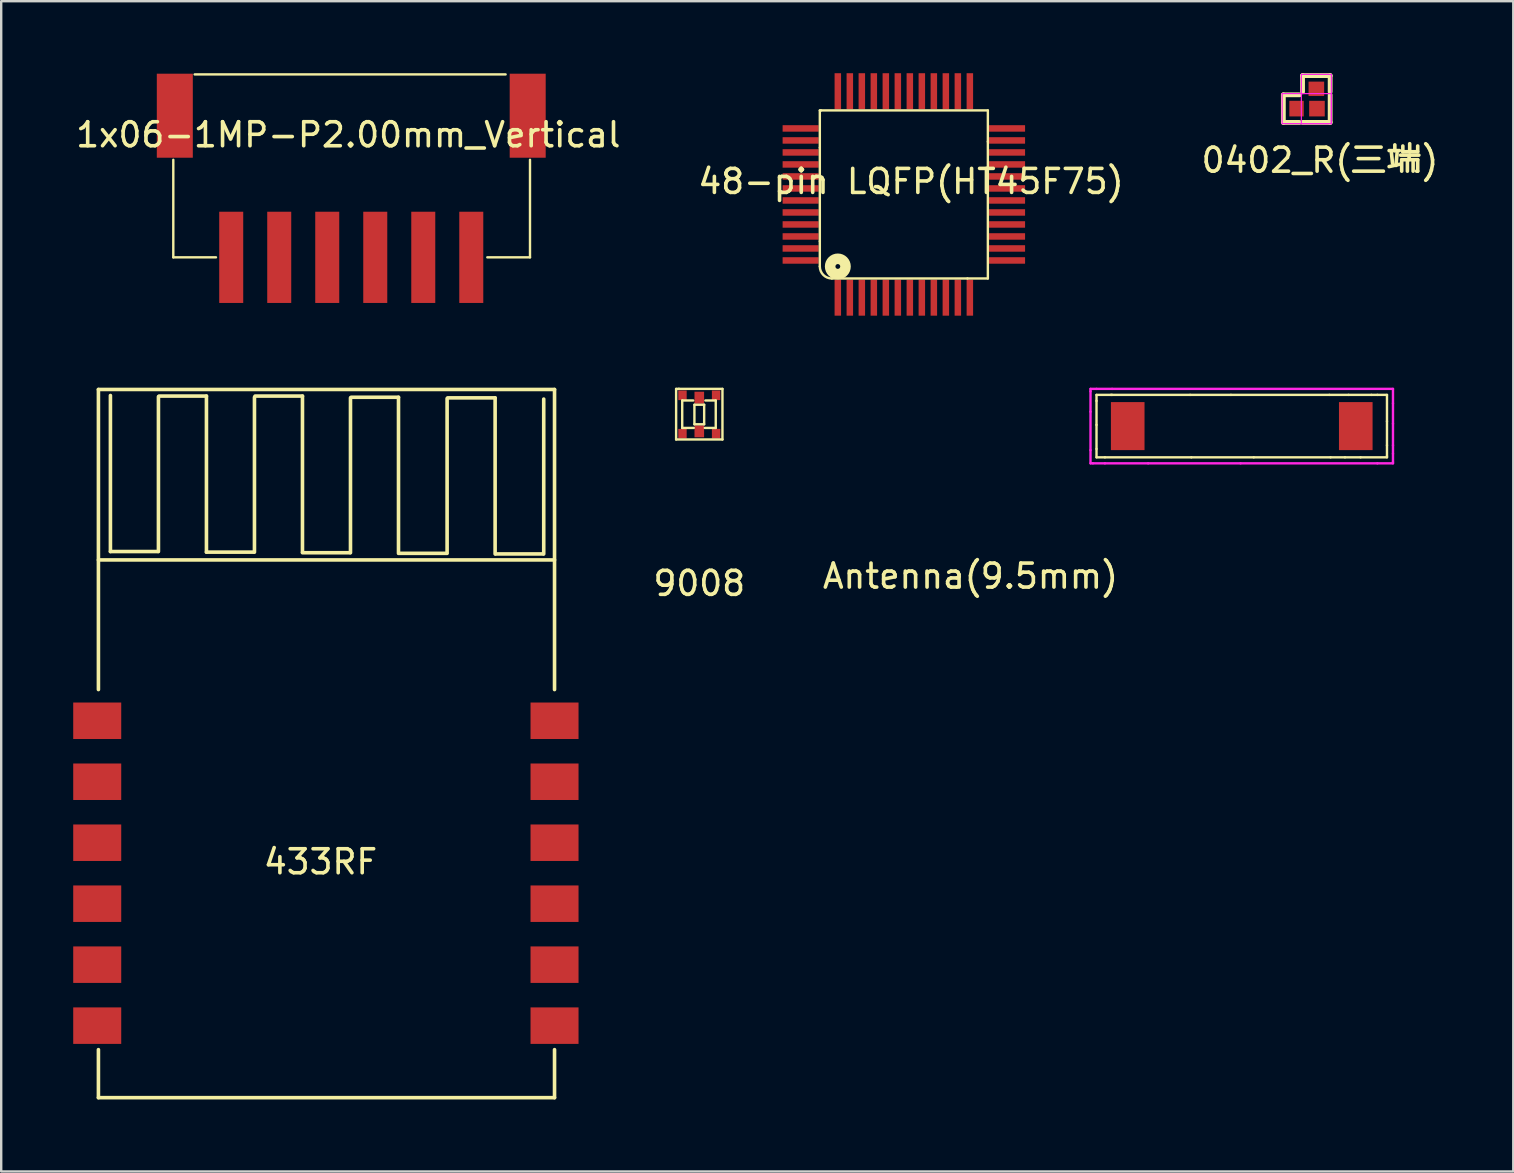
<source format=kicad_pcb>
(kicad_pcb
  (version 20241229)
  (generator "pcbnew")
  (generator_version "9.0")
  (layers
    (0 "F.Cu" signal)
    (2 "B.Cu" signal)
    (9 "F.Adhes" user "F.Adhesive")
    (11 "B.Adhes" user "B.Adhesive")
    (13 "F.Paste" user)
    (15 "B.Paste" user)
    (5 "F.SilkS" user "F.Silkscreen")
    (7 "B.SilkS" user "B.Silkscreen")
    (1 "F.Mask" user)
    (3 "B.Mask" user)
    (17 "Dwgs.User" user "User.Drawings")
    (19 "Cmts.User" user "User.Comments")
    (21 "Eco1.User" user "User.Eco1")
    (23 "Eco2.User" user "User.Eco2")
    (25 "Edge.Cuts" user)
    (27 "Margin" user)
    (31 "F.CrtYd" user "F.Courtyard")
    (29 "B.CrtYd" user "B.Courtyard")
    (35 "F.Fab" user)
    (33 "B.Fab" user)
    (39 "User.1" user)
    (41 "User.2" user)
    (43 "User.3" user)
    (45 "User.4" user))
  (footprint "9008"
    (layer "F.Cu")
    (at 26.08 14.217)
    (property "Reference" "9008" (at 0 7.036 0) (layer "F.SilkS") (effects (font (size 1 1) (thickness 0.15))))
    (attr through_hole)
    (fp_line (start -0.965 -1.067) (end -0.838 -1.067) (stroke (width 0.1) (type solid)) (layer "F.SilkS"))
    (fp_line (start -0.965 -1.041) (end -0.965 -1.067) (stroke (width 0.1) (type solid)) (layer "F.SilkS"))
    (fp_line (start -0.965 1.041) (end -0.965 -1.041) (stroke (width 0.1) (type solid)) (layer "F.SilkS"))
    (fp_line (start -0.864 -1.067) (end 0.965 -1.067) (stroke (width 0.1) (type solid)) (layer "F.SilkS"))
    (fp_line (start -0.711 -0.584) (end -0.711 0.559) (stroke (width 0.1) (type solid)) (layer "F.SilkS"))
    (fp_line (start -0.711 -0.584) (end -0.254 -0.584) (stroke (width 0.1) (type solid)) (layer "F.SilkS"))
    (fp_line (start -0.711 0.559) (end -0.229 0.559) (stroke (width 0.1) (type solid)) (layer "F.SilkS"))
    (fp_line (start -0.203 -0.406) (end 0.203 -0.406) (stroke (width 0.1) (type solid)) (layer "F.SilkS"))
    (fp_line (start -0.203 0.406) (end -0.203 -0.406) (stroke (width 0.1) (type solid)) (layer "F.SilkS"))
    (fp_line (start 0.203 -0.406) (end 0.203 0.406) (stroke (width 0.1) (type solid)) (layer "F.SilkS"))
    (fp_line (start 0.203 0.406) (end -0.203 0.406) (stroke (width 0.1) (type solid)) (layer "F.SilkS"))
    (fp_line (start 0.229 0.559) (end 0.686 0.559) (stroke (width 0.1) (type solid)) (layer "F.SilkS"))
    (fp_line (start 0.686 -0.584) (end 0.254 -0.584) (stroke (width 0.1) (type solid)) (layer "F.SilkS"))
    (fp_line (start 0.686 0.559) (end 0.686 -0.584) (stroke (width 0.1) (type solid)) (layer "F.SilkS"))
    (fp_line (start 0.965 -1.067) (end 0.965 1.041) (stroke (width 0.1) (type solid)) (layer "F.SilkS"))
    (fp_line (start 0.965 1.041) (end -0.965 1.041) (stroke (width 0.1) (type solid)) (layer "F.SilkS"))
    (pad "1" smd rect (at 0.7 -0.8 180) (size 0.35 0.4) (layers "F.Cu" "F.Mask" "F.Paste"))
    (pad "2" smd rect (at 0 -0.7 90) (size 0.5 0.4) (layers "F.Cu" "F.Mask" "F.Paste"))
    (pad "3" smd rect (at -0.7 -0.8 180) (size 0.35 0.4) (layers "F.Cu" "F.Mask" "F.Paste"))
    (pad "4" smd rect (at -0.7 0.8 180) (size 0.35 0.4) (layers "F.Cu" "F.Mask" "F.Paste"))
    (pad "5" smd rect (at 0 0.7 90) (size 0.5 0.4) (layers "F.Cu" "F.Mask" "F.Paste"))
    (pad "6" smd rect (at 0.7 0.8 180) (size 0.35 0.4) (layers "F.Cu" "F.Mask" "F.Paste")))
  (footprint "Antenna(9.5mm)"
    (layer "F.Cu")
    (at 48.677 14.7)
    (property "Reference" "Antenna(9.5mm)" (at -11.3 6.25 0) (layer "F.SilkS") (effects (font (size 1 1) (thickness 0.15))))
    (attr through_hole)
    (fp_line (start -6.05 -1.3) (end -5.4 -1.3) (stroke (width 0.1) (type solid)) (layer "F.SilkS"))
    (fp_line (start -6.05 -1.05) (end -6.05 -1.3) (stroke (width 0.1) (type solid)) (layer "F.SilkS"))
    (fp_line (start -6.05 -0.05) (end -6.05 -1.05) (stroke (width 0.1) (type solid)) (layer "F.SilkS"))
    (fp_line (start -6.05 0.95) (end -6.05 -0.05) (stroke (width 0.1) (type solid)) (layer "F.SilkS"))
    (fp_line (start -6.05 1.3) (end -6.05 0.95) (stroke (width 0.1) (type solid)) (layer "F.SilkS"))
    (fp_line (start -5.7 1.3) (end -6.05 1.3) (stroke (width 0.1) (type solid)) (layer "F.SilkS"))
    (fp_line (start -5.45 -1.3) (end -2.15 -1.3) (stroke (width 0.1) (type solid)) (layer "F.SilkS"))
    (fp_line (start -2.15 -1.3) (end -0.45 -1.3) (stroke (width 0.1) (type solid)) (layer "F.SilkS"))
    (fp_line (start -2.1 1.3) (end -5.7 1.3) (stroke (width 0.1) (type solid)) (layer "F.SilkS"))
    (fp_line (start -0.45 -1.3) (end 3.65 -1.3) (stroke (width 0.1) (type solid)) (layer "F.SilkS"))
    (fp_line (start 0.5 1.3) (end -2.1 1.3) (stroke (width 0.1) (type solid)) (layer "F.SilkS"))
    (fp_line (start 3.65 -1.3) (end 4.45 -1.3) (stroke (width 0.1) (type solid)) (layer "F.SilkS"))
    (fp_line (start 3.7 1.3) (end 0.5 1.3) (stroke (width 0.1) (type solid)) (layer "F.SilkS"))
    (fp_line (start 4.3 1.3) (end 3.7 1.3) (stroke (width 0.1) (type solid)) (layer "F.SilkS"))
    (fp_line (start 4.45 -1.3) (end 5.4 -1.3) (stroke (width 0.1) (type solid)) (layer "F.SilkS"))
    (fp_line (start 4.95 1.3) (end 4.3 1.3) (stroke (width 0.1) (type solid)) (layer "F.SilkS"))
    (fp_line (start 5.4 -1.3) (end 5.65 -1.3) (stroke (width 0.1) (type solid)) (layer "F.SilkS"))
    (fp_line (start 5.65 -1.3) (end 6.05 -1.3) (stroke (width 0.1) (type solid)) (layer "F.SilkS"))
    (fp_line (start 6.05 -1.3) (end 6.05 -0.2) (stroke (width 0.1) (type solid)) (layer "F.SilkS"))
    (fp_line (start 6.05 -0.2) (end 6.05 0.8) (stroke (width 0.1) (type solid)) (layer "F.SilkS"))
    (fp_line (start 6.05 0.8) (end 6.05 1.25) (stroke (width 0.1) (type solid)) (layer "F.SilkS"))
    (fp_line (start 6.05 1.25) (end 6.05 1.3) (stroke (width 0.1) (type solid)) (layer "F.SilkS"))
    (fp_line (start 6.05 1.3) (end 4.95 1.3) (stroke (width 0.1) (type solid)) (layer "F.SilkS"))
    (fp_line (start -6.3 -1.55) (end -6.05 -1.55) (stroke (width 0.1) (type solid)) (layer "F.CrtYd"))
    (fp_line (start -6.3 -1.45) (end -6.3 -1.55) (stroke (width 0.1) (type solid)) (layer "F.CrtYd"))
    (fp_line (start -6.3 -0.6) (end -6.3 -1.45) (stroke (width 0.1) (type solid)) (layer "F.CrtYd"))
    (fp_line (start -6.3 1) (end -6.3 -0.6) (stroke (width 0.1) (type solid)) (layer "F.CrtYd"))
    (fp_line (start -6.3 1.55) (end -6.3 1) (stroke (width 0.1) (type solid)) (layer "F.CrtYd"))
    (fp_line (start -6.2 1.55) (end -6.3 1.55) (stroke (width 0.1) (type solid)) (layer "F.CrtYd"))
    (fp_line (start -6.05 -1.55) (end -5.4 -1.55) (stroke (width 0.1) (type solid)) (layer "F.CrtYd"))
    (fp_line (start -5.7 1.55) (end -6.2 1.55) (stroke (width 0.1) (type solid)) (layer "F.CrtYd"))
    (fp_line (start -5.4 -1.55) (end 6.3 -1.55) (stroke (width 0.1) (type solid)) (layer "F.CrtYd"))
    (fp_line (start -3.9 1.55) (end -5.7 1.55) (stroke (width 0.1) (type solid)) (layer "F.CrtYd"))
    (fp_line (start -0.05 1.55) (end -3.9 1.55) (stroke (width 0.1) (type solid)) (layer "F.CrtYd"))
    (fp_line (start 5.65 1.55) (end -0.05 1.55) (stroke (width 0.1) (type solid)) (layer "F.CrtYd"))
    (fp_line (start 6.3 -1.55) (end 6.3 -0.95) (stroke (width 0.1) (type solid)) (layer "F.CrtYd"))
    (fp_line (start 6.3 -0.95) (end 6.3 -0.1) (stroke (width 0.1) (type solid)) (layer "F.CrtYd"))
    (fp_line (start 6.3 -0.1) (end 6.3 0.8) (stroke (width 0.1) (type solid)) (layer "F.CrtYd"))
    (fp_line (start 6.3 0.8) (end 6.3 1.15) (stroke (width 0.1) (type solid)) (layer "F.CrtYd"))
    (fp_line (start 6.3 1.15) (end 6.3 1.5) (stroke (width 0.1) (type solid)) (layer "F.CrtYd"))
    (fp_line (start 6.3 1.5) (end 6.3 1.55) (stroke (width 0.1) (type solid)) (layer "F.CrtYd"))
    (fp_line (start 6.3 1.55) (end 5.65 1.55) (stroke (width 0.1) (type solid)) (layer "F.CrtYd"))
    (pad "1" smd rect (at -4.75 0 90) (size 2 1.4) (layers "F.Cu" "F.Mask" "F.Paste"))
    (pad "2" smd rect (at 4.75 0 90) (size 2 1.4) (layers "F.Cu" "F.Mask" "F.Paste")))
  (footprint "1x06-1MP-P2.00mm_Vertical"
    (layer "F.Cu")
    (at 6.582 7.67)
    (property "Reference" "1x06-1MP-P2.00mm_Vertical" (at 4.877 -5.105 0) (layer "F.SilkS") (effects (font (size 1 1) (thickness 0.15))))
    (attr through_hole)
    (fp_line (start -2.413 -4.064) (end -2.413 0) (stroke (width 0.1) (type solid)) (layer "F.SilkS"))
    (fp_line (start -2.413 0) (end -0.635 0) (stroke (width 0.1) (type solid)) (layer "F.SilkS"))
    (fp_line (start -1.524 -7.62) (end 11.43 -7.62) (stroke (width 0.1) (type solid)) (layer "F.SilkS"))
    (fp_line (start 12.446 -4.064) (end 12.446 0) (stroke (width 0.1) (type solid)) (layer "F.SilkS"))
    (fp_line (start 12.446 0) (end 10.668 0) (stroke (width 0.1) (type solid)) (layer "F.SilkS"))
    (pad "" smd rect (at -2.35 -5.9) (size 1.5 3.5) (layers "F.Cu" "F.Mask" "F.Paste"))
    (pad "" smd rect (at 12.35 -5.9) (size 1.5 3.5) (layers "F.Cu" "F.Mask" "F.Paste"))
    (pad "1" smd rect (at 0 0) (size 1 3.8) (layers "F.Cu" "F.Mask" "F.Paste"))
    (pad "2" smd rect (at 2 0) (size 1 3.8) (layers "F.Cu" "F.Mask" "F.Paste"))
    (pad "3" smd rect (at 4 0) (size 1 3.8) (layers "F.Cu" "F.Mask" "F.Paste"))
    (pad "4" smd rect (at 6 0) (size 1 3.8) (layers "F.Cu" "F.Mask" "F.Paste"))
    (pad "5" smd rect (at 8 0) (size 1 3.8) (layers "F.Cu" "F.Mask" "F.Paste"))
    (pad "6" smd rect (at 10 0) (size 1 3.8) (layers "F.Cu" "F.Mask" "F.Paste")))
  (footprint "48-pin LQFP(HT45F75)"
    (layer "F.Cu")
    (at 31.851 8.7)
    (property "Reference" "48-pin LQFP(HT45F75)" (at 3.048 -4.191 0) (layer "F.SilkS") (effects (font (size 1 1) (thickness 0.15))))
    (attr through_hole)
    (fp_line (start -0.75 -7.15) (end -0.7 -7.15) (stroke (width 0.1) (type solid)) (layer "F.SilkS"))
    (fp_line (start -0.75 -5.6) (end -0.75 -7.15) (stroke (width 0.1) (type solid)) (layer "F.SilkS"))
    (fp_line (start -0.75 -1.7) (end -0.75 -5.6) (stroke (width 0.1) (type solid)) (layer "F.SilkS"))
    (fp_line (start -0.75 -0.65) (end -0.75 -1.7) (stroke (width 0.1) (type solid)) (layer "F.SilkS"))
    (fp_line (start -0.7 -7.15) (end 6.25 -7.15) (stroke (width 0.1) (type solid)) (layer "F.SilkS"))
    (fp_line (start 5.4 -0.15) (end -0.25 -0.15) (stroke (width 0.1) (type solid)) (layer "F.SilkS"))
    (fp_line (start 6.25 -7.15) (end 6.25 -5.85) (stroke (width 0.1) (type solid)) (layer "F.SilkS"))
    (fp_line (start 6.25 -5.85) (end 6.25 -0.15) (stroke (width 0.1) (type solid)) (layer "F.SilkS"))
    (fp_line (start 6.25 -0.15) (end 5.4 -0.15) (stroke (width 0.1) (type solid)) (layer "F.SilkS"))
    (fp_arc (start -0.25 -0.15) (mid -0.603553 -0.296447) (end -0.75 -0.65) (stroke (width 0.1) (type solid)) (layer "F.SilkS"))
    (fp_circle (center 0 -0.65) (end 0.1 -0.65) (stroke (width 0.44) (type solid)) (fill no) (layer "F.SilkS"))
    (pad "1" smd rect (at 0 0.65) (size 0.27 1.5) (layers "F.Cu" "F.Mask" "F.Paste"))
    (pad "2" smd rect (at 0.5 0.65) (size 0.27 1.5) (layers "F.Cu" "F.Mask" "F.Paste"))
    (pad "3" smd rect (at 1 0.65) (size 0.27 1.5) (layers "F.Cu" "F.Mask" "F.Paste"))
    (pad "4" smd rect (at 1.5 0.65) (size 0.27 1.5) (layers "F.Cu" "F.Mask" "F.Paste"))
    (pad "5" smd rect (at 2 0.65) (size 0.27 1.5) (layers "F.Cu" "F.Mask" "F.Paste"))
    (pad "6" smd rect (at 2.5 0.65) (size 0.27 1.5) (layers "F.Cu" "F.Mask" "F.Paste"))
    (pad "7" smd rect (at 3 0.65) (size 0.27 1.5) (layers "F.Cu" "F.Mask" "F.Paste"))
    (pad "8" smd rect (at 3.5 0.65) (size 0.27 1.5) (layers "F.Cu" "F.Mask" "F.Paste"))
    (pad "9" smd rect (at 4 0.65) (size 0.27 1.5) (layers "F.Cu" "F.Mask" "F.Paste"))
    (pad "10" smd rect (at 4.5 0.65) (size 0.27 1.5) (layers "F.Cu" "F.Mask" "F.Paste"))
    (pad "11" smd rect (at 5 0.65) (size 0.27 1.5) (layers "F.Cu" "F.Mask" "F.Paste"))
    (pad "12" smd rect (at 5.5 0.65) (size 0.27 1.5) (layers "F.Cu" "F.Mask" "F.Paste"))
    (pad "13" smd rect (at 7.05 -0.9 90) (size 0.27 1.5) (layers "F.Cu" "F.Mask" "F.Paste"))
    (pad "14" smd rect (at 7.05 -1.4 90) (size 0.27 1.5) (layers "F.Cu" "F.Mask" "F.Paste"))
    (pad "15" smd rect (at 7.05 -1.9 90) (size 0.27 1.5) (layers "F.Cu" "F.Mask" "F.Paste"))
    (pad "16" smd rect (at 7.05 -2.4 90) (size 0.27 1.5) (layers "F.Cu" "F.Mask" "F.Paste"))
    (pad "17" smd rect (at 7.05 -2.9 90) (size 0.27 1.5) (layers "F.Cu" "F.Mask" "F.Paste"))
    (pad "18" smd rect (at 7.05 -3.4 90) (size 0.27 1.5) (layers "F.Cu" "F.Mask" "F.Paste"))
    (pad "19" smd rect (at 7.05 -3.9 90) (size 0.27 1.5) (layers "F.Cu" "F.Mask" "F.Paste"))
    (pad "20" smd rect (at 7.05 -4.4 90) (size 0.27 1.5) (layers "F.Cu" "F.Mask" "F.Paste"))
    (pad "21" smd rect (at 7.05 -4.9 90) (size 0.27 1.5) (layers "F.Cu" "F.Mask" "F.Paste"))
    (pad "22" smd rect (at 7.05 -5.4 90) (size 0.27 1.5) (layers "F.Cu" "F.Mask" "F.Paste"))
    (pad "23" smd rect (at 7.05 -5.9 90) (size 0.27 1.5) (layers "F.Cu" "F.Mask" "F.Paste"))
    (pad "24" smd rect (at 7.05 -6.4 90) (size 0.27 1.5) (layers "F.Cu" "F.Mask" "F.Paste"))
    (pad "25" smd rect (at 5.5 -7.95 180) (size 0.27 1.5) (layers "F.Cu" "F.Mask" "F.Paste"))
    (pad "26" smd rect (at 5 -7.95 180) (size 0.27 1.5) (layers "F.Cu" "F.Mask" "F.Paste"))
    (pad "27" smd rect (at 4.5 -7.95 180) (size 0.27 1.5) (layers "F.Cu" "F.Mask" "F.Paste"))
    (pad "28" smd rect (at 4 -7.95 180) (size 0.27 1.5) (layers "F.Cu" "F.Mask" "F.Paste"))
    (pad "29" smd rect (at 3.5 -7.95 180) (size 0.27 1.5) (layers "F.Cu" "F.Mask" "F.Paste"))
    (pad "30" smd rect (at 3 -7.95 180) (size 0.27 1.5) (layers "F.Cu" "F.Mask" "F.Paste"))
    (pad "31" smd rect (at 2.5 -7.95 180) (size 0.27 1.5) (layers "F.Cu" "F.Mask" "F.Paste"))
    (pad "32" smd rect (at 2 -7.95 180) (size 0.27 1.5) (layers "F.Cu" "F.Mask" "F.Paste"))
    (pad "33" smd rect (at 1.5 -7.95 180) (size 0.27 1.5) (layers "F.Cu" "F.Mask" "F.Paste"))
    (pad "34" smd rect (at 1 -7.95 180) (size 0.27 1.5) (layers "F.Cu" "F.Mask" "F.Paste"))
    (pad "35" smd rect (at 0.5 -7.95 180) (size 0.27 1.5) (layers "F.Cu" "F.Mask" "F.Paste"))
    (pad "36" smd rect (at 0 -7.95 180) (size 0.27 1.5) (layers "F.Cu" "F.Mask" "F.Paste"))
    (pad "37" smd rect (at -1.55 -6.4 270) (size 0.27 1.5) (layers "F.Cu" "F.Mask" "F.Paste"))
    (pad "38" smd rect (at -1.55 -5.9 270) (size 0.27 1.5) (layers "F.Cu" "F.Mask" "F.Paste"))
    (pad "39" smd rect (at -1.55 -5.4 270) (size 0.27 1.5) (layers "F.Cu" "F.Mask" "F.Paste"))
    (pad "40" smd rect (at -1.55 -4.9 270) (size 0.27 1.5) (layers "F.Cu" "F.Mask" "F.Paste"))
    (pad "41" smd rect (at -1.55 -4.4 270) (size 0.27 1.5) (layers "F.Cu" "F.Mask" "F.Paste"))
    (pad "42" smd rect (at -1.55 -3.9 270) (size 0.27 1.5) (layers "F.Cu" "F.Mask" "F.Paste"))
    (pad "43" smd rect (at -1.55 -3.4 270) (size 0.27 1.5) (layers "F.Cu" "F.Mask" "F.Paste"))
    (pad "44" smd rect (at -1.55 -2.9 270) (size 0.27 1.5) (layers "F.Cu" "F.Mask" "F.Paste"))
    (pad "45" smd rect (at -1.55 -2.4 270) (size 0.27 1.5) (layers "F.Cu" "F.Mask" "F.Paste"))
    (pad "46" smd rect (at -1.55 -1.9 270) (size 0.27 1.5) (layers "F.Cu" "F.Mask" "F.Paste"))
    (pad "47" smd rect (at -1.55 -1.4 270) (size 0.27 1.5) (layers "F.Cu" "F.Mask" "F.Paste"))
    (pad "48" smd rect (at -1.55 -0.9 270) (size 0.27 1.5) (layers "F.Cu" "F.Mask" "F.Paste")))
  (footprint "433RF"
    (layer "F.Cu")
    (at 20.05 39.675)
    (property "Reference" "433RF" (at -9.75 -6.825 0) (layer "F.SilkS") (effects (font (size 1 1) (thickness 0.15))))
    (attr through_hole)
    (fp_line (start -19 -26.5) (end 0 -26.5) (stroke (width 0.15) (type solid)) (layer "F.SilkS"))
    (fp_line (start -19 -19.4) (end 0 -19.4) (stroke (width 0.15) (type solid)) (layer "F.SilkS"))
    (fp_line (start -19 -14) (end -19 -26.5) (stroke (width 0.15) (type solid)) (layer "F.SilkS"))
    (fp_line (start -19 1) (end -19 3) (stroke (width 0.15) (type solid)) (layer "F.SilkS"))
    (fp_line (start -19 3) (end 0 3) (stroke (width 0.15) (type solid)) (layer "F.SilkS"))
    (fp_line (start -18.5 -26.25) (end -18.5 -19.75) (stroke (width 0.15) (type solid)) (layer "F.SilkS"))
    (fp_line (start -18.5 -19.75) (end -16.525 -19.75) (stroke (width 0.15) (type solid)) (layer "F.SilkS"))
    (fp_line (start -16.5 -19.75) (end -16.5 -26.2) (stroke (width 0.15) (type solid)) (layer "F.SilkS"))
    (fp_line (start -14.5 -26.225) (end -16.475 -26.225) (stroke (width 0.15) (type solid)) (layer "F.SilkS"))
    (fp_line (start -14.5 -19.725) (end -14.5 -26.225) (stroke (width 0.15) (type solid)) (layer "F.SilkS"))
    (fp_line (start -14.5 -19.725) (end -12.525 -19.725) (stroke (width 0.15) (type solid)) (layer "F.SilkS"))
    (fp_line (start -12.5 -19.725) (end -12.5 -26.175) (stroke (width 0.15) (type solid)) (layer "F.SilkS"))
    (fp_line (start -10.5 -26.225) (end -12.475 -26.225) (stroke (width 0.15) (type solid)) (layer "F.SilkS"))
    (fp_line (start -10.5 -19.725) (end -10.5 -26.225) (stroke (width 0.15) (type solid)) (layer "F.SilkS"))
    (fp_line (start -10.5 -19.7) (end -8.525 -19.7) (stroke (width 0.15) (type solid)) (layer "F.SilkS"))
    (fp_line (start -8.5 -19.7) (end -8.5 -26.15) (stroke (width 0.15) (type solid)) (layer "F.SilkS"))
    (fp_line (start -6.5 -26.175) (end -8.475 -26.175) (stroke (width 0.15) (type solid)) (layer "F.SilkS"))
    (fp_line (start -6.5 -19.675) (end -6.5 -26.175) (stroke (width 0.15) (type solid)) (layer "F.SilkS"))
    (fp_line (start -6.475 -19.675) (end -4.5 -19.675) (stroke (width 0.15) (type solid)) (layer "F.SilkS"))
    (fp_line (start -4.475 -19.675) (end -4.475 -26.125) (stroke (width 0.15) (type solid)) (layer "F.SilkS"))
    (fp_line (start -2.475 -26.15) (end -4.45 -26.15) (stroke (width 0.15) (type solid)) (layer "F.SilkS"))
    (fp_line (start -2.475 -19.65) (end -2.475 -26.15) (stroke (width 0.15) (type solid)) (layer "F.SilkS"))
    (fp_line (start -2.45 -19.65) (end -0.475 -19.65) (stroke (width 0.15) (type solid)) (layer "F.SilkS"))
    (fp_line (start -0.45 -19.65) (end -0.45 -26.1) (stroke (width 0.15) (type solid)) (layer "F.SilkS"))
    (fp_line (start 0 -14) (end 0 -26.5) (stroke (width 0.15) (type solid)) (layer "F.SilkS"))
    (fp_line (start 0 3) (end 0 1) (stroke (width 0.15) (type solid)) (layer "F.SilkS"))
    (pad "1" smd rect (at 0 0 270) (size 1.52 2) (layers "F.Cu" "F.Mask" "F.Paste"))
    (pad "2" smd rect (at 0 -2.54 270) (size 1.52 2) (layers "F.Cu" "F.Mask" "F.Paste"))
    (pad "3" smd rect (at 0 -5.08 270) (size 1.52 2) (layers "F.Cu" "F.Mask" "F.Paste"))
    (pad "4" smd rect (at 0 -7.62 270) (size 1.52 2) (layers "F.Cu" "F.Mask" "F.Paste"))
    (pad "5" smd rect (at 0 -10.16 270) (size 1.52 2) (layers "F.Cu" "F.Mask" "F.Paste"))
    (pad "6" smd rect (at 0 -12.7 270) (size 1.52 2) (layers "F.Cu" "F.Mask" "F.Paste"))
    (pad "7" smd rect (at -19.05 -12.7 270) (size 1.52 2) (layers "F.Cu" "F.Mask" "F.Paste"))
    (pad "8" smd rect (at -19.05 -10.16 270) (size 1.52 2) (layers "F.Cu" "F.Mask" "F.Paste"))
    (pad "9" smd rect (at -19.05 -7.62 270) (size 1.52 2) (layers "F.Cu" "F.Mask" "F.Paste"))
    (pad "10" smd rect (at -19.05 -5.08 270) (size 1.52 2) (layers "F.Cu" "F.Mask" "F.Paste"))
    (pad "11" smd rect (at -19.05 -2.54 270) (size 1.52 2) (layers "F.Cu" "F.Mask" "F.Paste"))
    (pad "12" smd rect (at -19.05 0 270) (size 1.52 2) (layers "F.Cu" "F.Mask" "F.Paste")))
  (footprint "0402_R(三端)"
    (layer "F.Cu")
    (at 51.385 1.475)
    (property "Reference" "0402_R(三端)" (at 0.55 2.15 0) (layer "F.SilkS") (effects (font (size 1 1) (thickness 0.15))))
    (attr through_hole)
    (fp_line (start -0.975 -0.575) (end -0.3 -0.575) (stroke (width 0.2) (type solid)) (layer "F.SilkS"))
    (fp_line (start -0.975 0.575) (end -0.975 -0.575) (stroke (width 0.2) (type solid)) (layer "F.SilkS"))
    (fp_line (start -0.975 0.575) (end -0.3 0.575) (stroke (width 0.2) (type solid)) (layer "F.SilkS"))
    (fp_line (start -0.175 -1.375) (end -0.175 -0.7) (stroke (width 0.2) (type solid)) (layer "F.SilkS"))
    (fp_line (start -0.175 -1.375) (end 0.975 -1.375) (stroke (width 0.2) (type solid)) (layer "F.SilkS"))
    (fp_line (start -0.175 0.575) (end 0.975 0.575) (stroke (width 0.2) (type solid)) (layer "F.SilkS"))
    (fp_line (start 0.975 -1.375) (end 0.975 -0.7) (stroke (width 0.2) (type solid)) (layer "F.SilkS"))
    (fp_line (start 0.975 0.575) (end 0.975 -0.575) (stroke (width 0.2) (type solid)) (layer "F.SilkS"))
    (fp_line (start -1.025 -0.625) (end 1.025 -0.625) (stroke (width 0.05) (type solid)) (layer "F.CrtYd"))
    (fp_line (start -1.025 0.625) (end -1.025 -0.625) (stroke (width 0.05) (type solid)) (layer "F.CrtYd"))
    (fp_line (start -0.225 -1.425) (end 1.025 -1.425) (stroke (width 0.05) (type solid)) (layer "F.CrtYd"))
    (fp_line (start -0.225 0.625) (end -0.225 -1.425) (stroke (width 0.05) (type solid)) (layer "F.CrtYd"))
    (fp_line (start 1.025 -1.425) (end 1.025 0.625) (stroke (width 0.05) (type solid)) (layer "F.CrtYd"))
    (fp_line (start 1.025 -0.625) (end 1.025 0.625) (stroke (width 0.05) (type solid)) (layer "F.CrtYd"))
    (fp_line (start 1.025 0.625) (end -1.025 0.625) (stroke (width 0.05) (type solid)) (layer "F.CrtYd"))
    (fp_line (start 1.025 0.625) (end -0.225 0.625) (stroke (width 0.05) (type solid)) (layer "F.CrtYd"))
    (pad "1" smd rect (at 0.425 0) (size 0.65 0.65) (layers "F.Cu" "F.Mask" "F.Paste"))
    (pad "2" smd rect (at -0.425 0) (size 0.6 0.65) (layers "F.Cu" "F.Mask" "F.Paste"))
    (pad "2" smd rect (at 0.4 -0.825 270) (size 0.6 0.65) (layers "F.Cu" "F.Mask" "F.Paste")))
  (gr_rect
    (start -3 -3)
    (end 59.988 45.75)
    (stroke (width 0.1) (type default))
    (fill no)
    (layer "Edge.Cuts")))
</source>
